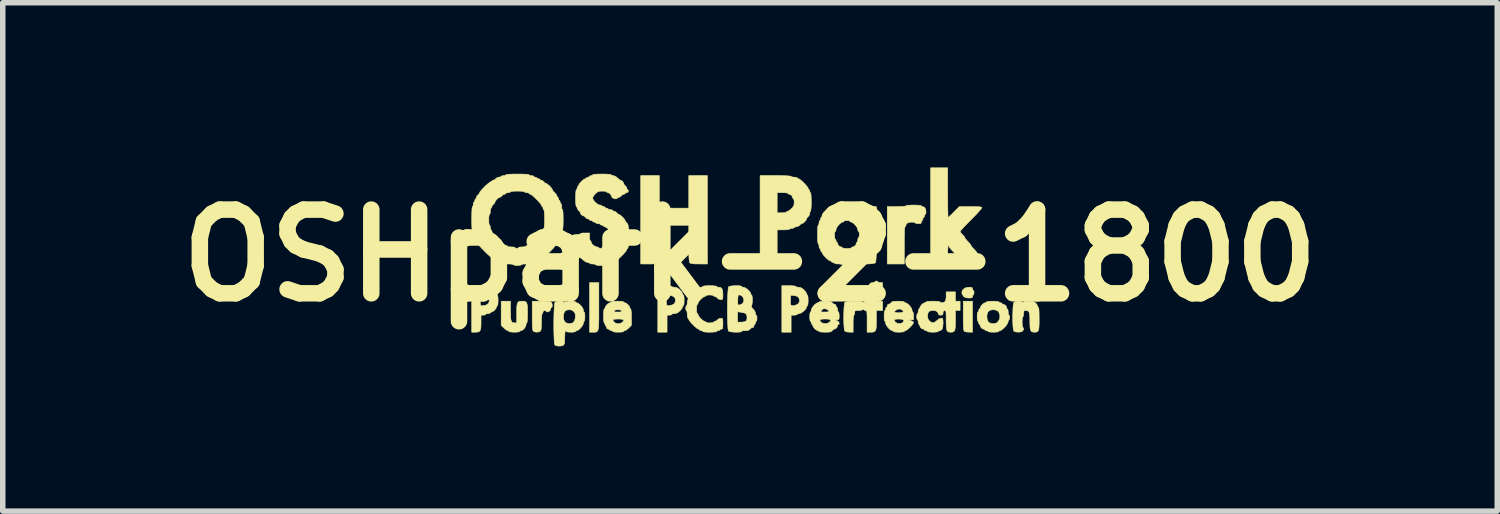
<source format=kicad_pcb>
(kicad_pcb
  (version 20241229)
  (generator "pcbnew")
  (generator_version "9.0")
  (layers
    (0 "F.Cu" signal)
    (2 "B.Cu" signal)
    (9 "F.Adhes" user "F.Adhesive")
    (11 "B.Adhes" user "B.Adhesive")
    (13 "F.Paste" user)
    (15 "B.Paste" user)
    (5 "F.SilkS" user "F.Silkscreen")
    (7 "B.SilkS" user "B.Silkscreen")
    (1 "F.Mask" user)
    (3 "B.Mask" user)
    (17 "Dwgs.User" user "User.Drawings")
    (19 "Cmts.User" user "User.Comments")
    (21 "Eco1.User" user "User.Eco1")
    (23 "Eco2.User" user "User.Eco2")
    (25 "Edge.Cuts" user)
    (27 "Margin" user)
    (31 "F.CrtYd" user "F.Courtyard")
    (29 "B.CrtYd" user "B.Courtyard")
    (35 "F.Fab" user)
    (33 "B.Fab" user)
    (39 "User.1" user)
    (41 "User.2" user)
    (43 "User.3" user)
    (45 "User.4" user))
  (footprint "OSHpark-2-1800"
    (layer "F.Cu")
    (at 10.603 1.6)
    (property "Reference" "OSHpark-2-1800" (at 0 0 0) (layer "F.SilkS") (effects (font (size 1.524 1.524) (thickness 0.3))))
    (attr through_hole)
    (fp_poly (pts (xy 4.05 1.397) (xy 3.983 1.396) (xy 3.935 1.392) (xy 3.903 1.38) (xy 3.898 1.376) (xy 3.891 1.359) (xy 3.886 1.323) (xy 3.883 1.266) (xy 3.881 1.185) (xy 3.881 1.094) (xy 3.881 0.833) (xy 4.05 0.833) (xy 4.05 1.397)) (stroke (width 0.01) (type solid)) (fill yes) (layer "F.SilkS"))
    (fp_poly (pts (xy -2.752 0.925) (xy -2.752 1.053) (xy -2.752 1.155) (xy -2.754 1.235) (xy -2.757 1.295) (xy -2.762 1.338) (xy -2.771 1.367) (xy -2.783 1.384) (xy -2.799 1.393) (xy -2.82 1.397) (xy -2.847 1.397) (xy -2.856 1.397) (xy -2.921 1.397) (xy -2.921 0.494) (xy -2.752 0.494) (xy -2.752 0.925)) (stroke (width 0.01) (type solid)) (fill yes) (layer "F.SilkS"))
    (fp_poly (pts (xy 4.026 0.58) (xy 4.045 0.588) (xy 4.05 0.604) (xy 4.05 0.607) (xy 4.056 0.63) (xy 4.064 0.635) (xy 4.074 0.647) (xy 4.078 0.677) (xy 4.078 0.677) (xy 4.074 0.707) (xy 4.064 0.72) (xy 4.064 0.72) (xy 4.053 0.731) (xy 4.05 0.748) (xy 4.046 0.765) (xy 4.03 0.773) (xy 3.994 0.775) (xy 3.983 0.775) (xy 3.933 0.77) (xy 3.9 0.755) (xy 3.884 0.74) (xy 3.858 0.697) (xy 3.858 0.655) (xy 3.879 0.618) (xy 3.919 0.591) (xy 3.976 0.579) (xy 3.986 0.579) (xy 4.026 0.58)) (stroke (width 0.01) (type solid)) (fill yes) (layer "F.SilkS"))
    (fp_poly (pts (xy -1.651 -0.861) (xy -1.115 -0.861) (xy -1.115 -1.453) (xy -0.776 -1.453) (xy -0.776 0.155) (xy -0.925 0.155) (xy -1 0.154) (xy -1.051 0.15) (xy -1.082 0.143) (xy -1.095 0.135) (xy -1.101 0.124) (xy -1.106 0.102) (xy -1.11 0.066) (xy -1.113 0.014) (xy -1.114 -0.058) (xy -1.115 -0.153) (xy -1.115 -0.218) (xy -1.115 -0.55) (xy -1.651 -0.55) (xy -1.651 -0.218) (xy -1.651 -0.108) (xy -1.652 -0.023) (xy -1.654 0.039) (xy -1.657 0.084) (xy -1.662 0.113) (xy -1.667 0.13) (xy -1.671 0.135) (xy -1.69 0.145) (xy -1.725 0.151) (xy -1.781 0.155) (xy -1.84 0.155) (xy -1.99 0.155) (xy -1.99 -1.453) (xy -1.651 -1.453) (xy -1.651 -0.861)) (stroke (width 0.01) (type solid)) (fill yes) (layer "F.SilkS"))
    (fp_poly (pts (xy -3.724 0.834) (xy -3.671 0.837) (xy -3.637 0.843) (xy -3.619 0.852) (xy -3.618 0.853) (xy -3.605 0.877) (xy -3.599 0.908) (xy -3.601 0.934) (xy -3.612 0.945) (xy -3.625 0.957) (xy -3.627 0.968) (xy -3.636 0.996) (xy -3.647 1.01) (xy -3.672 1.026) (xy -3.697 1.029) (xy -3.711 1.02) (xy -3.711 1.016) (xy -3.723 1.005) (xy -3.739 1.002) (xy -3.763 1.012) (xy -3.768 1.03) (xy -3.774 1.053) (xy -3.782 1.058) (xy -3.788 1.072) (xy -3.793 1.11) (xy -3.795 1.168) (xy -3.796 1.208) (xy -3.797 1.282) (xy -3.801 1.333) (xy -3.808 1.364) (xy -3.816 1.377) (xy -3.847 1.392) (xy -3.889 1.396) (xy -3.928 1.388) (xy -3.948 1.376) (xy -3.954 1.359) (xy -3.96 1.323) (xy -3.963 1.266) (xy -3.965 1.185) (xy -3.965 1.094) (xy -3.965 0.833) (xy -3.802 0.833) (xy -3.724 0.834)) (stroke (width 0.01) (type solid)) (fill yes) (layer "F.SilkS"))
    (fp_poly (pts (xy -4.36 1.01) (xy -4.359 1.093) (xy -4.356 1.152) (xy -4.347 1.191) (xy -4.334 1.214) (xy -4.313 1.225) (xy -4.284 1.228) (xy -4.247 1.228) (xy -4.247 1.05) (xy -4.247 0.967) (xy -4.243 0.909) (xy -4.234 0.87) (xy -4.219 0.847) (xy -4.196 0.836) (xy -4.162 0.833) (xy -4.149 0.833) (xy -4.111 0.834) (xy -4.084 0.843) (xy -4.067 0.861) (xy -4.057 0.894) (xy -4.051 0.946) (xy -4.05 1.021) (xy -4.05 1.05) (xy -4.051 1.127) (xy -4.054 1.184) (xy -4.059 1.218) (xy -4.064 1.228) (xy -4.075 1.24) (xy -4.078 1.264) (xy -4.088 1.298) (xy -4.113 1.334) (xy -4.144 1.36) (xy -4.169 1.369) (xy -4.188 1.376) (xy -4.191 1.383) (xy -4.204 1.39) (xy -4.239 1.395) (xy -4.29 1.397) (xy -4.29 1.397) (xy -4.34 1.395) (xy -4.375 1.39) (xy -4.389 1.383) (xy -4.389 1.383) (xy -4.4 1.37) (xy -4.41 1.369) (xy -4.432 1.359) (xy -4.464 1.336) (xy -4.481 1.32) (xy -4.53 1.271) (xy -4.53 0.833) (xy -4.36 0.833) (xy -4.36 1.01)) (stroke (width 0.01) (type solid)) (fill yes) (layer "F.SilkS"))
    (fp_poly (pts (xy 3.043 -0.916) (xy 3.09 -0.912) (xy 3.116 -0.906) (xy 3.119 -0.903) (xy 3.13 -0.891) (xy 3.141 -0.889) (xy 3.169 -0.88) (xy 3.183 -0.869) (xy 3.195 -0.845) (xy 3.202 -0.811) (xy 3.203 -0.777) (xy 3.197 -0.753) (xy 3.189 -0.748) (xy 3.178 -0.736) (xy 3.175 -0.72) (xy 3.169 -0.697) (xy 3.161 -0.691) (xy 3.149 -0.68) (xy 3.147 -0.663) (xy 3.141 -0.64) (xy 3.133 -0.635) (xy 3.121 -0.623) (xy 3.119 -0.607) (xy 3.114 -0.588) (xy 3.095 -0.58) (xy 3.062 -0.579) (xy 3.027 -0.582) (xy 3.007 -0.59) (xy 3.006 -0.593) (xy 2.993 -0.601) (xy 2.961 -0.606) (xy 2.941 -0.607) (xy 2.884 -0.599) (xy 2.848 -0.578) (xy 2.836 -0.544) (xy 2.829 -0.525) (xy 2.822 -0.522) (xy 2.817 -0.508) (xy 2.813 -0.467) (xy 2.811 -0.401) (xy 2.809 -0.31) (xy 2.808 -0.196) (xy 2.808 -0.183) (xy 2.808 0.155) (xy 2.498 0.155) (xy 2.498 -0.889) (xy 2.667 -0.889) (xy 2.741 -0.89) (xy 2.796 -0.893) (xy 2.829 -0.898) (xy 2.836 -0.903) (xy 2.85 -0.91) (xy 2.887 -0.914) (xy 2.945 -0.917) (xy 2.977 -0.917) (xy 3.043 -0.916)) (stroke (width 0.01) (type solid)) (fill yes) (layer "F.SilkS"))
    (fp_poly (pts (xy 0.766 0.552) (xy 0.81 0.556) (xy 0.831 0.562) (xy 0.833 0.564) (xy 0.845 0.574) (xy 0.876 0.578) (xy 0.882 0.579) (xy 0.923 0.585) (xy 0.96 0.608) (xy 0.981 0.627) (xy 1.01 0.66) (xy 1.028 0.689) (xy 1.03 0.698) (xy 1.038 0.717) (xy 1.044 0.72) (xy 1.051 0.733) (xy 1.056 0.768) (xy 1.058 0.818) (xy 1.058 0.818) (xy 1.056 0.869) (xy 1.051 0.904) (xy 1.044 0.917) (xy 1.044 0.917) (xy 1.032 0.929) (xy 1.03 0.939) (xy 1.019 0.967) (xy 0.991 1) (xy 0.955 1.031) (xy 0.918 1.053) (xy 0.897 1.058) (xy 0.87 1.063) (xy 0.861 1.072) (xy 0.848 1.081) (xy 0.817 1.086) (xy 0.804 1.087) (xy 0.748 1.087) (xy 0.748 1.397) (xy 0.579 1.397) (xy 0.579 0.861) (xy 0.735 0.861) (xy 0.74 0.896) (xy 0.754 0.912) (xy 0.781 0.915) (xy 0.799 0.913) (xy 0.841 0.9) (xy 0.875 0.882) (xy 0.877 0.88) (xy 0.899 0.843) (xy 0.9 0.799) (xy 0.88 0.76) (xy 0.875 0.755) (xy 0.842 0.738) (xy 0.799 0.729) (xy 0.794 0.728) (xy 0.741 0.727) (xy 0.737 0.803) (xy 0.735 0.861) (xy 0.579 0.861) (xy 0.579 0.55) (xy 0.706 0.55) (xy 0.766 0.552)) (stroke (width 0.01) (type solid)) (fill yes) (layer "F.SilkS"))
    (fp_poly (pts (xy -1.491 0.552) (xy -1.448 0.556) (xy -1.427 0.562) (xy -1.425 0.564) (xy -1.413 0.574) (xy -1.382 0.578) (xy -1.375 0.579) (xy -1.335 0.585) (xy -1.297 0.608) (xy -1.277 0.627) (xy -1.248 0.66) (xy -1.23 0.689) (xy -1.228 0.698) (xy -1.22 0.717) (xy -1.214 0.72) (xy -1.206 0.733) (xy -1.201 0.768) (xy -1.199 0.818) (xy -1.199 0.818) (xy -1.201 0.869) (xy -1.206 0.904) (xy -1.214 0.917) (xy -1.214 0.917) (xy -1.226 0.929) (xy -1.228 0.939) (xy -1.237 0.961) (xy -1.261 0.993) (xy -1.277 1.009) (xy -1.317 1.043) (xy -1.354 1.057) (xy -1.375 1.058) (xy -1.408 1.062) (xy -1.425 1.07) (xy -1.425 1.072) (xy -1.437 1.082) (xy -1.467 1.087) (xy -1.468 1.087) (xy -1.51 1.087) (xy -1.51 1.397) (xy -1.679 1.397) (xy -1.679 0.807) (xy -1.524 0.807) (xy -1.522 0.856) (xy -1.518 0.893) (xy -1.513 0.909) (xy -1.491 0.915) (xy -1.454 0.911) (xy -1.414 0.899) (xy -1.383 0.882) (xy -1.381 0.88) (xy -1.359 0.843) (xy -1.358 0.799) (xy -1.377 0.76) (xy -1.382 0.756) (xy -1.413 0.738) (xy -1.457 0.725) (xy -1.466 0.724) (xy -1.524 0.716) (xy -1.524 0.807) (xy -1.679 0.807) (xy -1.679 0.55) (xy -1.552 0.55) (xy -1.491 0.552)) (stroke (width 0.01) (type solid)) (fill yes) (layer "F.SilkS"))
    (fp_poly (pts (xy -4.878 0.552) (xy -4.835 0.556) (xy -4.813 0.562) (xy -4.812 0.564) (xy -4.799 0.574) (xy -4.769 0.578) (xy -4.762 0.579) (xy -4.722 0.585) (xy -4.684 0.608) (xy -4.663 0.627) (xy -4.635 0.66) (xy -4.617 0.689) (xy -4.614 0.698) (xy -4.607 0.717) (xy -4.6 0.72) (xy -4.593 0.733) (xy -4.588 0.768) (xy -4.586 0.818) (xy -4.586 0.818) (xy -4.588 0.869) (xy -4.593 0.904) (xy -4.6 0.917) (xy -4.6 0.917) (xy -4.613 0.929) (xy -4.614 0.939) (xy -4.625 0.966) (xy -4.651 0.997) (xy -4.681 1.021) (xy -4.705 1.03) (xy -4.725 1.038) (xy -4.727 1.044) (xy -4.739 1.054) (xy -4.769 1.058) (xy -4.77 1.058) (xy -4.799 1.062) (xy -4.812 1.072) (xy -4.812 1.072) (xy -4.824 1.082) (xy -4.854 1.087) (xy -4.854 1.087) (xy -4.897 1.087) (xy -4.897 1.222) (xy -4.898 1.295) (xy -4.904 1.344) (xy -4.918 1.375) (xy -4.941 1.391) (xy -4.977 1.396) (xy -5.001 1.397) (xy -5.066 1.397) (xy -5.066 0.818) (xy -4.911 0.818) (xy -4.91 0.87) (xy -4.907 0.9) (xy -4.899 0.913) (xy -4.885 0.917) (xy -4.876 0.917) (xy -4.835 0.912) (xy -4.807 0.904) (xy -4.766 0.878) (xy -4.748 0.842) (xy -4.749 0.804) (xy -4.769 0.767) (xy -4.804 0.737) (xy -4.853 0.721) (xy -4.876 0.72) (xy -4.894 0.721) (xy -4.905 0.73) (xy -4.909 0.752) (xy -4.911 0.794) (xy -4.911 0.818) (xy -5.066 0.818) (xy -5.066 0.55) (xy -4.939 0.55) (xy -4.878 0.552)) (stroke (width 0.01) (type solid)) (fill yes) (layer "F.SilkS"))
    (fp_poly (pts (xy 5.128 0.834) (xy 5.162 0.841) (xy 5.187 0.855) (xy 5.201 0.867) (xy 5.224 0.897) (xy 5.235 0.922) (xy 5.235 0.924) (xy 5.243 0.943) (xy 5.249 0.945) (xy 5.255 0.959) (xy 5.26 0.998) (xy 5.262 1.061) (xy 5.263 1.144) (xy 5.263 1.151) (xy 5.263 1.24) (xy 5.26 1.304) (xy 5.254 1.349) (xy 5.242 1.376) (xy 5.225 1.391) (xy 5.2 1.396) (xy 5.179 1.397) (xy 5.145 1.394) (xy 5.122 1.383) (xy 5.107 1.36) (xy 5.098 1.319) (xy 5.095 1.258) (xy 5.094 1.199) (xy 5.093 1.12) (xy 5.088 1.065) (xy 5.078 1.03) (xy 5.061 1.011) (xy 5.036 1.003) (xy 5.018 1.002) (xy 4.994 1.005) (xy 4.984 1.019) (xy 4.981 1.052) (xy 4.981 1.058) (xy 4.978 1.094) (xy 4.97 1.113) (xy 4.967 1.115) (xy 4.96 1.128) (xy 4.955 1.163) (xy 4.953 1.213) (xy 4.953 1.214) (xy 4.955 1.264) (xy 4.96 1.299) (xy 4.967 1.312) (xy 4.967 1.312) (xy 4.98 1.323) (xy 4.979 1.346) (xy 4.965 1.372) (xy 4.961 1.377) (xy 4.932 1.391) (xy 4.889 1.396) (xy 4.844 1.393) (xy 4.81 1.382) (xy 4.801 1.376) (xy 4.794 1.353) (xy 4.788 1.309) (xy 4.784 1.248) (xy 4.782 1.176) (xy 4.782 1.1) (xy 4.784 1.025) (xy 4.787 0.956) (xy 4.792 0.901) (xy 4.799 0.864) (xy 4.804 0.853) (xy 4.83 0.84) (xy 4.869 0.834) (xy 4.91 0.833) (xy 4.944 0.84) (xy 4.959 0.85) (xy 4.968 0.861) (xy 4.975 0.85) (xy 4.995 0.839) (xy 5.041 0.833) (xy 5.075 0.833) (xy 5.128 0.834)) (stroke (width 0.01) (type solid)) (fill yes) (layer "F.SilkS"))
    (fp_poly (pts (xy 3.598 -1.143) (xy 3.599 -1.033) (xy 3.599 -0.933) (xy 3.6 -0.846) (xy 3.602 -0.775) (xy 3.603 -0.724) (xy 3.605 -0.696) (xy 3.606 -0.691) (xy 3.619 -0.701) (xy 3.646 -0.726) (xy 3.684 -0.763) (xy 3.711 -0.79) (xy 3.809 -0.889) (xy 4.014 -0.889) (xy 4.095 -0.889) (xy 4.152 -0.887) (xy 4.189 -0.884) (xy 4.21 -0.879) (xy 4.218 -0.872) (xy 4.219 -0.867) (xy 4.21 -0.851) (xy 4.183 -0.819) (xy 4.142 -0.773) (xy 4.09 -0.719) (xy 4.03 -0.658) (xy 4.022 -0.649) (xy 3.961 -0.588) (xy 3.908 -0.533) (xy 3.865 -0.487) (xy 3.837 -0.454) (xy 3.824 -0.437) (xy 3.824 -0.436) (xy 3.834 -0.417) (xy 3.857 -0.39) (xy 3.866 -0.381) (xy 3.893 -0.352) (xy 3.908 -0.329) (xy 3.909 -0.325) (xy 3.918 -0.307) (xy 3.943 -0.277) (xy 3.965 -0.254) (xy 3.996 -0.221) (xy 4.017 -0.194) (xy 4.022 -0.183) (xy 4.031 -0.165) (xy 4.056 -0.136) (xy 4.078 -0.113) (xy 4.109 -0.08) (xy 4.13 -0.053) (xy 4.135 -0.042) (xy 4.144 -0.024) (xy 4.168 0.005) (xy 4.191 0.028) (xy 4.232 0.076) (xy 4.247 0.116) (xy 4.247 0.119) (xy 4.247 0.155) (xy 4.05 0.155) (xy 3.971 0.155) (xy 3.916 0.153) (xy 3.88 0.15) (xy 3.861 0.145) (xy 3.853 0.138) (xy 3.852 0.133) (xy 3.843 0.111) (xy 3.818 0.08) (xy 3.796 0.056) (xy 3.765 0.024) (xy 3.744 -0.003) (xy 3.739 -0.014) (xy 3.73 -0.032) (xy 3.706 -0.062) (xy 3.683 -0.085) (xy 3.652 -0.119) (xy 3.631 -0.148) (xy 3.627 -0.161) (xy 3.619 -0.181) (xy 3.612 -0.183) (xy 3.606 -0.17) (xy 3.602 -0.131) (xy 3.599 -0.071) (xy 3.598 -0.014) (xy 3.598 0.155) (xy 3.288 0.155) (xy 3.288 -1.595) (xy 3.598 -1.595) (xy 3.598 -1.143)) (stroke (width 0.01) (type solid)) (fill yes) (layer "F.SilkS"))
    (fp_poly (pts (xy -3.238 0.833) (xy -3.2 0.836) (xy -3.178 0.843) (xy -3.175 0.847) (xy -3.164 0.859) (xy -3.153 0.861) (xy -3.126 0.872) (xy -3.092 0.9) (xy -3.061 0.936) (xy -3.039 0.972) (xy -3.034 0.994) (xy -3.029 1.021) (xy -3.02 1.03) (xy -3.012 1.043) (xy -3.007 1.077) (xy -3.006 1.115) (xy -3.008 1.16) (xy -3.013 1.19) (xy -3.02 1.199) (xy -3.03 1.212) (xy -3.034 1.235) (xy -3.044 1.266) (xy -3.069 1.303) (xy -3.101 1.338) (xy -3.134 1.363) (xy -3.153 1.369) (xy -3.172 1.376) (xy -3.175 1.383) (xy -3.188 1.39) (xy -3.221 1.396) (xy -3.26 1.397) (xy -3.305 1.395) (xy -3.335 1.389) (xy -3.344 1.383) (xy -3.355 1.369) (xy -3.358 1.369) (xy -3.365 1.382) (xy -3.37 1.419) (xy -3.372 1.473) (xy -3.373 1.49) (xy -3.374 1.559) (xy -3.38 1.604) (xy -3.391 1.629) (xy -3.393 1.631) (xy -3.422 1.645) (xy -3.465 1.65) (xy -3.509 1.647) (xy -3.544 1.636) (xy -3.552 1.63) (xy -3.559 1.609) (xy -3.564 1.565) (xy -3.567 1.501) (xy -3.57 1.424) (xy -3.572 1.337) (xy -3.572 1.246) (xy -3.571 1.154) (xy -3.57 1.098) (xy -3.397 1.098) (xy -3.394 1.163) (xy -3.37 1.21) (xy -3.329 1.236) (xy -3.289 1.242) (xy -3.236 1.232) (xy -3.211 1.214) (xy -3.193 1.183) (xy -3.181 1.138) (xy -3.179 1.126) (xy -3.182 1.064) (xy -3.207 1.019) (xy -3.25 0.993) (xy -3.29 0.988) (xy -3.341 0.995) (xy -3.374 1.02) (xy -3.393 1.065) (xy -3.397 1.098) (xy -3.57 1.098) (xy -3.569 1.066) (xy -3.566 0.988) (xy -3.562 0.923) (xy -3.557 0.877) (xy -3.551 0.854) (xy -3.55 0.853) (xy -3.524 0.84) (xy -3.485 0.834) (xy -3.443 0.833) (xy -3.41 0.84) (xy -3.395 0.85) (xy -3.386 0.861) (xy -3.378 0.85) (xy -3.362 0.841) (xy -3.327 0.836) (xy -3.283 0.833) (xy -3.238 0.833)) (stroke (width 0.01) (type solid)) (fill yes) (layer "F.SilkS"))
    (fp_poly (pts (xy 0.569 -1.453) (xy 0.651 -1.451) (xy 0.709 -1.447) (xy 0.741 -1.443) (xy 0.748 -1.439) (xy 0.76 -1.43) (xy 0.792 -1.426) (xy 0.804 -1.425) (xy 0.84 -1.422) (xy 0.859 -1.414) (xy 0.861 -1.411) (xy 0.872 -1.399) (xy 0.882 -1.397) (xy 0.903 -1.387) (xy 0.936 -1.361) (xy 0.974 -1.326) (xy 1.011 -1.288) (xy 1.04 -1.253) (xy 1.057 -1.227) (xy 1.058 -1.221) (xy 1.066 -1.202) (xy 1.072 -1.199) (xy 1.084 -1.188) (xy 1.087 -1.171) (xy 1.092 -1.148) (xy 1.101 -1.143) (xy 1.107 -1.129) (xy 1.111 -1.091) (xy 1.114 -1.031) (xy 1.115 -0.974) (xy 1.114 -0.899) (xy 1.11 -0.844) (xy 1.105 -0.812) (xy 1.101 -0.804) (xy 1.09 -0.792) (xy 1.087 -0.765) (xy 1.076 -0.726) (xy 1.058 -0.706) (xy 1.036 -0.683) (xy 1.03 -0.667) (xy 1.02 -0.643) (xy 0.995 -0.613) (xy 0.966 -0.589) (xy 0.942 -0.579) (xy 0.92 -0.568) (xy 0.903 -0.55) (xy 0.872 -0.528) (xy 0.844 -0.522) (xy 0.815 -0.518) (xy 0.804 -0.508) (xy 0.792 -0.498) (xy 0.763 -0.494) (xy 0.762 -0.494) (xy 0.732 -0.49) (xy 0.72 -0.48) (xy 0.72 -0.48) (xy 0.706 -0.473) (xy 0.67 -0.468) (xy 0.617 -0.466) (xy 0.607 -0.466) (xy 0.494 -0.466) (xy 0.494 0.155) (xy 0.183 0.155) (xy 0.183 -1.143) (xy 0.494 -1.143) (xy 0.494 -0.776) (xy 0.579 -0.776) (xy 0.624 -0.778) (xy 0.654 -0.784) (xy 0.663 -0.79) (xy 0.675 -0.803) (xy 0.685 -0.804) (xy 0.707 -0.814) (xy 0.739 -0.838) (xy 0.755 -0.853) (xy 0.787 -0.889) (xy 0.801 -0.923) (xy 0.804 -0.966) (xy 0.802 -1.004) (xy 0.795 -1.027) (xy 0.79 -1.03) (xy 0.778 -1.042) (xy 0.776 -1.052) (xy 0.764 -1.084) (xy 0.736 -1.109) (xy 0.714 -1.115) (xy 0.694 -1.122) (xy 0.691 -1.129) (xy 0.678 -1.136) (xy 0.643 -1.141) (xy 0.593 -1.143) (xy 0.494 -1.143) (xy 0.183 -1.143) (xy 0.183 -1.453) (xy 0.466 -1.453) (xy 0.569 -1.453)) (stroke (width 0.01) (type solid)) (fill yes) (layer "F.SilkS"))
    (fp_poly (pts (xy 2.323 0.472) (xy 2.328 0.48) (xy 2.341 0.49) (xy 2.37 0.494) (xy 2.371 0.494) (xy 2.413 0.494) (xy 2.413 0.663) (xy 2.3 0.663) (xy 2.3 0.833) (xy 2.413 0.833) (xy 2.413 1.002) (xy 2.3 1.002) (xy 2.3 1.179) (xy 2.299 1.262) (xy 2.296 1.321) (xy 2.287 1.359) (xy 2.272 1.382) (xy 2.248 1.393) (xy 2.213 1.397) (xy 2.195 1.397) (xy 2.131 1.397) (xy 2.131 1.199) (xy 2.131 1.121) (xy 2.129 1.067) (xy 2.127 1.032) (xy 2.122 1.013) (xy 2.115 1.004) (xy 2.105 1.002) (xy 2.104 1.002) (xy 2.077 0.994) (xy 2.068 0.984) (xy 2.059 0.974) (xy 2.052 0.984) (xy 2.033 0.996) (xy 1.993 1.001) (xy 1.974 1.002) (xy 1.933 1.003) (xy 1.913 1.009) (xy 1.906 1.024) (xy 1.905 1.044) (xy 1.901 1.074) (xy 1.891 1.087) (xy 1.891 1.087) (xy 1.885 1.1) (xy 1.88 1.138) (xy 1.877 1.197) (xy 1.877 1.242) (xy 1.877 1.397) (xy 1.81 1.396) (xy 1.762 1.392) (xy 1.73 1.38) (xy 1.725 1.376) (xy 1.718 1.353) (xy 1.712 1.309) (xy 1.708 1.248) (xy 1.706 1.176) (xy 1.706 1.1) (xy 1.708 1.025) (xy 1.711 0.956) (xy 1.716 0.901) (xy 1.722 0.868) (xy 2.103 0.868) (xy 2.11 0.875) (xy 2.117 0.868) (xy 2.11 0.861) (xy 2.103 0.868) (xy 1.722 0.868) (xy 1.722 0.864) (xy 1.728 0.853) (xy 1.75 0.843) (xy 1.792 0.837) (xy 1.847 0.833) (xy 1.906 0.831) (xy 1.964 0.833) (xy 2.012 0.837) (xy 2.044 0.844) (xy 2.052 0.85) (xy 2.061 0.861) (xy 2.068 0.85) (xy 2.088 0.835) (xy 2.104 0.833) (xy 2.117 0.83) (xy 2.125 0.819) (xy 2.129 0.795) (xy 2.131 0.751) (xy 2.131 0.706) (xy 2.132 0.645) (xy 2.136 0.601) (xy 2.143 0.58) (xy 2.145 0.579) (xy 2.157 0.567) (xy 2.159 0.556) (xy 2.172 0.523) (xy 2.203 0.5) (xy 2.236 0.494) (xy 2.263 0.489) (xy 2.272 0.48) (xy 2.284 0.468) (xy 2.3 0.466) (xy 2.323 0.472)) (stroke (width 0.01) (type solid)) (fill yes) (layer "F.SilkS"))
    (fp_poly (pts (xy -2.357 0.834) (xy -2.318 0.839) (xy -2.3 0.845) (xy -2.3 0.847) (xy -2.289 0.859) (xy -2.278 0.861) (xy -2.251 0.872) (xy -2.221 0.897) (xy -2.196 0.928) (xy -2.187 0.952) (xy -2.18 0.971) (xy -2.173 0.974) (xy -2.167 0.987) (xy -2.162 1.025) (xy -2.159 1.083) (xy -2.159 1.122) (xy -2.159 1.271) (xy -2.208 1.32) (xy -2.241 1.349) (xy -2.269 1.366) (xy -2.278 1.369) (xy -2.298 1.376) (xy -2.3 1.383) (xy -2.313 1.39) (xy -2.348 1.395) (xy -2.399 1.397) (xy -2.399 1.397) (xy -2.45 1.395) (xy -2.485 1.39) (xy -2.498 1.383) (xy -2.498 1.383) (xy -2.509 1.371) (xy -2.526 1.369) (xy -2.549 1.363) (xy -2.554 1.355) (xy -2.566 1.343) (xy -2.582 1.341) (xy -2.606 1.331) (xy -2.611 1.312) (xy -2.616 1.289) (xy -2.625 1.284) (xy -2.636 1.272) (xy -2.639 1.256) (xy -2.645 1.233) (xy -2.653 1.228) (xy -2.66 1.214) (xy -2.664 1.177) (xy -2.665 1.168) (xy -2.498 1.168) (xy -2.49 1.187) (xy -2.476 1.21) (xy -2.444 1.234) (xy -2.4 1.242) (xy -2.354 1.235) (xy -2.326 1.218) (xy -2.302 1.191) (xy -2.301 1.173) (xy -2.325 1.162) (xy -2.376 1.157) (xy -2.399 1.157) (xy -2.448 1.159) (xy -2.483 1.162) (xy -2.498 1.168) (xy -2.498 1.168) (xy -2.665 1.168) (xy -2.667 1.122) (xy -2.667 1.101) (xy -2.666 1.04) (xy -2.663 1.009) (xy -2.475 1.009) (xy -2.474 1.021) (xy -2.458 1.028) (xy -2.42 1.03) (xy -2.406 1.03) (xy -2.362 1.029) (xy -2.34 1.023) (xy -2.336 1.013) (xy -2.337 1.009) (xy -2.358 0.993) (xy -2.403 0.988) (xy -2.406 0.988) (xy -2.453 0.993) (xy -2.474 1.008) (xy -2.475 1.009) (xy -2.663 1.009) (xy -2.661 0.996) (xy -2.655 0.975) (xy -2.653 0.974) (xy -2.64 0.962) (xy -2.639 0.952) (xy -2.628 0.925) (xy -2.602 0.894) (xy -2.572 0.87) (xy -2.548 0.861) (xy -2.529 0.853) (xy -2.526 0.847) (xy -2.513 0.84) (xy -2.477 0.835) (xy -2.423 0.833) (xy -2.413 0.833) (xy -2.357 0.834)) (stroke (width 0.01) (type solid)) (fill yes) (layer "F.SilkS"))
    (fp_poly (pts (xy 4.473 0.834) (xy 4.512 0.839) (xy 4.529 0.845) (xy 4.53 0.847) (xy 4.541 0.858) (xy 4.558 0.861) (xy 4.581 0.867) (xy 4.586 0.875) (xy 4.598 0.887) (xy 4.608 0.889) (xy 4.64 0.901) (xy 4.665 0.929) (xy 4.671 0.951) (xy 4.678 0.971) (xy 4.685 0.974) (xy 4.694 0.986) (xy 4.699 1.017) (xy 4.699 1.03) (xy 4.702 1.065) (xy 4.71 1.085) (xy 4.713 1.087) (xy 4.723 1.099) (xy 4.727 1.128) (xy 4.727 1.129) (xy 4.723 1.159) (xy 4.713 1.171) (xy 4.713 1.171) (xy 4.703 1.183) (xy 4.699 1.207) (xy 4.689 1.235) (xy 4.664 1.273) (xy 4.63 1.312) (xy 4.594 1.345) (xy 4.563 1.366) (xy 4.551 1.369) (xy 4.532 1.376) (xy 4.53 1.383) (xy 4.517 1.39) (xy 4.482 1.395) (xy 4.431 1.397) (xy 4.431 1.397) (xy 4.38 1.395) (xy 4.345 1.39) (xy 4.332 1.383) (xy 4.332 1.383) (xy 4.32 1.371) (xy 4.304 1.369) (xy 4.281 1.363) (xy 4.276 1.355) (xy 4.264 1.342) (xy 4.253 1.341) (xy 4.222 1.329) (xy 4.197 1.301) (xy 4.191 1.278) (xy 4.184 1.259) (xy 4.177 1.256) (xy 4.165 1.244) (xy 4.163 1.228) (xy 4.157 1.205) (xy 4.149 1.199) (xy 4.141 1.187) (xy 4.136 1.153) (xy 4.135 1.115) (xy 4.311 1.115) (xy 4.319 1.177) (xy 4.343 1.218) (xy 4.386 1.238) (xy 4.424 1.242) (xy 4.473 1.236) (xy 4.507 1.214) (xy 4.511 1.21) (xy 4.543 1.159) (xy 4.549 1.101) (xy 4.542 1.065) (xy 4.522 1.022) (xy 4.487 0.997) (xy 4.434 0.988) (xy 4.42 0.988) (xy 4.366 0.997) (xy 4.331 1.026) (xy 4.314 1.076) (xy 4.311 1.115) (xy 4.135 1.115) (xy 4.137 1.07) (xy 4.142 1.039) (xy 4.149 1.03) (xy 4.16 1.018) (xy 4.163 1.002) (xy 4.169 0.979) (xy 4.177 0.974) (xy 4.189 0.962) (xy 4.191 0.952) (xy 4.202 0.925) (xy 4.227 0.894) (xy 4.258 0.87) (xy 4.282 0.861) (xy 4.301 0.853) (xy 4.304 0.847) (xy 4.317 0.84) (xy 4.353 0.835) (xy 4.407 0.833) (xy 4.417 0.833) (xy 4.473 0.834)) (stroke (width 0.01) (type solid)) (fill yes) (layer "F.SilkS"))
    (fp_poly (pts (xy 2.753 0.834) (xy 2.791 0.839) (xy 2.808 0.846) (xy 2.808 0.847) (xy 2.82 0.859) (xy 2.83 0.861) (xy 2.857 0.872) (xy 2.891 0.9) (xy 2.922 0.936) (xy 2.944 0.972) (xy 2.949 0.994) (xy 2.954 1.021) (xy 2.963 1.03) (xy 2.971 1.043) (xy 2.976 1.075) (xy 2.977 1.101) (xy 2.977 1.171) (xy 2.925 1.172) (xy 2.893 1.174) (xy 2.887 1.178) (xy 2.907 1.184) (xy 2.939 1.191) (xy 2.967 1.204) (xy 2.977 1.221) (xy 2.967 1.243) (xy 2.942 1.276) (xy 2.908 1.311) (xy 2.873 1.343) (xy 2.843 1.364) (xy 2.83 1.369) (xy 2.811 1.376) (xy 2.808 1.383) (xy 2.795 1.39) (xy 2.76 1.395) (xy 2.709 1.397) (xy 2.709 1.397) (xy 2.659 1.395) (xy 2.624 1.39) (xy 2.611 1.383) (xy 2.611 1.383) (xy 2.599 1.37) (xy 2.589 1.369) (xy 2.561 1.358) (xy 2.528 1.33) (xy 2.497 1.293) (xy 2.475 1.257) (xy 2.469 1.235) (xy 2.465 1.208) (xy 2.455 1.199) (xy 2.448 1.187) (xy 2.627 1.187) (xy 2.647 1.215) (xy 2.648 1.216) (xy 2.683 1.236) (xy 2.729 1.24) (xy 2.771 1.227) (xy 2.781 1.219) (xy 2.801 1.192) (xy 2.795 1.173) (xy 2.761 1.161) (xy 2.708 1.157) (xy 2.656 1.16) (xy 2.629 1.169) (xy 2.627 1.187) (xy 2.448 1.187) (xy 2.448 1.186) (xy 2.443 1.151) (xy 2.441 1.101) (xy 2.441 1.101) (xy 2.443 1.05) (xy 2.446 1.031) (xy 2.632 1.031) (xy 2.651 1.04) (xy 2.687 1.044) (xy 2.729 1.043) (xy 2.766 1.038) (xy 2.787 1.029) (xy 2.788 1.028) (xy 2.787 1.009) (xy 2.766 0.989) (xy 2.735 0.976) (xy 2.717 0.974) (xy 2.686 0.98) (xy 2.656 0.996) (xy 2.635 1.016) (xy 2.632 1.031) (xy 2.446 1.031) (xy 2.448 1.015) (xy 2.455 1.002) (xy 2.455 1.002) (xy 2.467 0.99) (xy 2.469 0.974) (xy 2.475 0.951) (xy 2.484 0.945) (xy 2.495 0.934) (xy 2.498 0.917) (xy 2.508 0.893) (xy 2.523 0.889) (xy 2.55 0.878) (xy 2.568 0.861) (xy 2.583 0.846) (xy 2.605 0.838) (xy 2.642 0.834) (xy 2.698 0.833) (xy 2.753 0.834)) (stroke (width 0.01) (type solid)) (fill yes) (layer "F.SilkS"))
    (fp_poly (pts (xy -0.19 0.552) (xy -0.162 0.558) (xy -0.155 0.564) (xy -0.143 0.575) (xy -0.119 0.579) (xy -0.088 0.589) (xy -0.051 0.613) (xy -0.016 0.646) (xy 0.008 0.678) (xy 0.014 0.698) (xy 0.022 0.717) (xy 0.028 0.72) (xy 0.036 0.732) (xy 0.041 0.764) (xy 0.043 0.807) (xy 0.041 0.853) (xy 0.036 0.892) (xy 0.029 0.917) (xy 0.025 0.921) (xy 0.022 0.933) (xy 0.041 0.959) (xy 0.053 0.97) (xy 0.087 1.012) (xy 0.099 1.05) (xy 0.103 1.077) (xy 0.113 1.087) (xy 0.122 1.099) (xy 0.127 1.13) (xy 0.127 1.143) (xy 0.124 1.178) (xy 0.116 1.198) (xy 0.113 1.199) (xy 0.101 1.211) (xy 0.099 1.228) (xy 0.093 1.251) (xy 0.085 1.256) (xy 0.073 1.268) (xy 0.071 1.284) (xy 0.061 1.308) (xy 0.045 1.312) (xy 0.018 1.323) (xy 0 1.341) (xy -0.022 1.359) (xy -0.058 1.368) (xy -0.088 1.369) (xy -0.127 1.371) (xy -0.151 1.378) (xy -0.155 1.383) (xy -0.168 1.391) (xy -0.201 1.396) (xy -0.246 1.397) (xy -0.295 1.396) (xy -0.342 1.391) (xy -0.377 1.384) (xy -0.392 1.376) (xy -0.398 1.355) (xy -0.403 1.311) (xy -0.406 1.247) (xy -0.408 1.214) (xy -0.226 1.214) (xy -0.157 1.214) (xy -0.102 1.208) (xy -0.071 1.193) (xy -0.07 1.192) (xy -0.056 1.158) (xy -0.055 1.115) (xy -0.065 1.076) (xy -0.074 1.063) (xy -0.098 1.05) (xy -0.139 1.039) (xy -0.159 1.035) (xy -0.226 1.026) (xy -0.226 1.214) (xy -0.408 1.214) (xy -0.409 1.17) (xy -0.411 1.082) (xy -0.411 0.989) (xy -0.41 0.895) (xy -0.41 0.859) (xy -0.224 0.859) (xy -0.222 0.888) (xy -0.214 0.9) (xy -0.201 0.903) (xy -0.17 0.895) (xy -0.144 0.881) (xy -0.118 0.848) (xy -0.112 0.807) (xy -0.125 0.766) (xy -0.153 0.733) (xy -0.191 0.717) (xy -0.206 0.717) (xy -0.215 0.728) (xy -0.22 0.755) (xy -0.223 0.803) (xy -0.223 0.808) (xy -0.224 0.859) (xy -0.41 0.859) (xy -0.409 0.806) (xy -0.406 0.724) (xy -0.402 0.655) (xy -0.397 0.604) (xy -0.391 0.575) (xy -0.389 0.57) (xy -0.367 0.561) (xy -0.329 0.554) (xy -0.281 0.551) (xy -0.232 0.55) (xy -0.19 0.552)) (stroke (width 0.01) (type solid)) (fill yes) (layer "F.SilkS"))
    (fp_poly (pts (xy 1.423 0.834) (xy 1.46 0.838) (xy 1.482 0.846) (xy 1.496 0.861) (xy 1.521 0.883) (xy 1.541 0.889) (xy 1.562 0.9) (xy 1.566 0.917) (xy 1.572 0.94) (xy 1.58 0.945) (xy 1.59 0.958) (xy 1.595 0.987) (xy 1.595 0.988) (xy 1.599 1.018) (xy 1.608 1.03) (xy 1.609 1.03) (xy 1.617 1.043) (xy 1.622 1.075) (xy 1.623 1.101) (xy 1.622 1.143) (xy 1.616 1.164) (xy 1.601 1.171) (xy 1.584 1.172) (xy 1.545 1.173) (xy 1.584 1.188) (xy 1.608 1.204) (xy 1.622 1.227) (xy 1.624 1.247) (xy 1.609 1.256) (xy 1.609 1.256) (xy 1.596 1.267) (xy 1.595 1.278) (xy 1.583 1.309) (xy 1.558 1.333) (xy 1.535 1.341) (xy 1.513 1.351) (xy 1.496 1.369) (xy 1.481 1.383) (xy 1.459 1.392) (xy 1.422 1.396) (xy 1.366 1.397) (xy 1.311 1.395) (xy 1.273 1.391) (xy 1.256 1.384) (xy 1.256 1.383) (xy 1.244 1.37) (xy 1.234 1.369) (xy 1.207 1.358) (xy 1.177 1.332) (xy 1.152 1.302) (xy 1.143 1.278) (xy 1.136 1.259) (xy 1.129 1.256) (xy 1.117 1.244) (xy 1.115 1.228) (xy 1.109 1.205) (xy 1.101 1.199) (xy 1.093 1.187) (xy 1.092 1.181) (xy 1.271 1.181) (xy 1.283 1.204) (xy 1.293 1.216) (xy 1.328 1.236) (xy 1.374 1.241) (xy 1.419 1.232) (xy 1.442 1.218) (xy 1.466 1.191) (xy 1.466 1.173) (xy 1.442 1.162) (xy 1.392 1.157) (xy 1.369 1.157) (xy 1.311 1.159) (xy 1.279 1.166) (xy 1.271 1.181) (xy 1.092 1.181) (xy 1.088 1.153) (xy 1.087 1.115) (xy 1.089 1.07) (xy 1.094 1.039) (xy 1.101 1.03) (xy 1.111 1.019) (xy 1.292 1.019) (xy 1.299 1.027) (xy 1.325 1.03) (xy 1.362 1.03) (xy 1.41 1.028) (xy 1.433 1.022) (xy 1.436 1.012) (xy 1.416 0.989) (xy 1.381 0.973) (xy 1.345 0.969) (xy 1.339 0.97) (xy 1.31 0.988) (xy 1.297 1.004) (xy 1.292 1.019) (xy 1.111 1.019) (xy 1.111 1.018) (xy 1.115 0.994) (xy 1.125 0.963) (xy 1.15 0.926) (xy 1.182 0.891) (xy 1.215 0.867) (xy 1.234 0.861) (xy 1.253 0.853) (xy 1.256 0.847) (xy 1.269 0.84) (xy 1.305 0.835) (xy 1.358 0.833) (xy 1.366 0.833) (xy 1.423 0.834)) (stroke (width 0.01) (type solid)) (fill yes) (layer "F.SilkS"))
    (fp_poly (pts (xy 3.739 0.833) (xy 3.824 0.833) (xy 3.824 1.002) (xy 3.739 1.002) (xy 3.739 1.179) (xy 3.739 1.262) (xy 3.735 1.321) (xy 3.727 1.36) (xy 3.712 1.383) (xy 3.69 1.394) (xy 3.659 1.397) (xy 3.655 1.397) (xy 3.622 1.395) (xy 3.6 1.385) (xy 3.584 1.364) (xy 3.576 1.327) (xy 3.571 1.271) (xy 3.57 1.191) (xy 3.57 1.179) (xy 3.57 1.106) (xy 3.569 1.056) (xy 3.566 1.025) (xy 3.56 1.009) (xy 3.552 1.003) (xy 3.542 1.002) (xy 3.521 1.009) (xy 3.514 1.033) (xy 3.514 1.044) (xy 3.51 1.074) (xy 3.494 1.085) (xy 3.471 1.087) (xy 3.438 1.081) (xy 3.429 1.064) (xy 3.423 1.049) (xy 3.462 1.049) (xy 3.464 1.057) (xy 3.471 1.058) (xy 3.483 1.053) (xy 3.481 1.049) (xy 3.464 1.047) (xy 3.462 1.049) (xy 3.423 1.049) (xy 3.416 1.031) (xy 3.381 1.009) (xy 3.33 1.002) (xy 3.277 1.009) (xy 3.246 1.032) (xy 3.233 1.076) (xy 3.231 1.1) (xy 3.238 1.151) (xy 3.263 1.19) (xy 3.266 1.193) (xy 3.307 1.222) (xy 3.348 1.223) (xy 3.39 1.196) (xy 3.401 1.185) (xy 3.441 1.154) (xy 3.477 1.143) (xy 3.497 1.144) (xy 3.508 1.153) (xy 3.512 1.175) (xy 3.514 1.217) (xy 3.514 1.236) (xy 3.509 1.303) (xy 3.495 1.345) (xy 3.471 1.366) (xy 3.451 1.369) (xy 3.432 1.376) (xy 3.429 1.383) (xy 3.416 1.39) (xy 3.381 1.395) (xy 3.33 1.397) (xy 3.33 1.397) (xy 3.28 1.395) (xy 3.245 1.39) (xy 3.231 1.383) (xy 3.231 1.383) (xy 3.22 1.371) (xy 3.203 1.369) (xy 3.18 1.363) (xy 3.175 1.355) (xy 3.164 1.342) (xy 3.153 1.341) (xy 3.121 1.329) (xy 3.097 1.301) (xy 3.09 1.278) (xy 3.083 1.259) (xy 3.076 1.256) (xy 3.066 1.244) (xy 3.062 1.214) (xy 3.062 1.214) (xy 3.058 1.184) (xy 3.048 1.171) (xy 3.048 1.171) (xy 3.039 1.159) (xy 3.034 1.127) (xy 3.034 1.115) (xy 3.037 1.079) (xy 3.045 1.06) (xy 3.048 1.058) (xy 3.058 1.046) (xy 3.062 1.017) (xy 3.062 1.016) (xy 3.066 0.986) (xy 3.076 0.974) (xy 3.076 0.974) (xy 3.089 0.962) (xy 3.09 0.952) (xy 3.101 0.925) (xy 3.127 0.894) (xy 3.157 0.87) (xy 3.181 0.861) (xy 3.201 0.853) (xy 3.203 0.847) (xy 3.217 0.84) (xy 3.253 0.835) (xy 3.309 0.833) (xy 3.33 0.833) (xy 3.391 0.834) (xy 3.434 0.838) (xy 3.456 0.844) (xy 3.457 0.847) (xy 3.469 0.858) (xy 3.495 0.86) (xy 3.526 0.854) (xy 3.55 0.841) (xy 3.563 0.811) (xy 3.57 0.76) (xy 3.57 0.742) (xy 3.57 0.663) (xy 3.739 0.663) (xy 3.739 0.833)) (stroke (width 0.01) (type solid)) (fill yes) (layer "F.SilkS"))
    (fp_poly (pts (xy -0.673 0.552) (xy -0.63 0.556) (xy -0.608 0.562) (xy -0.607 0.564) (xy -0.595 0.575) (xy -0.57 0.579) (xy -0.533 0.585) (xy -0.51 0.607) (xy -0.497 0.648) (xy -0.494 0.712) (xy -0.494 0.761) (xy -0.498 0.789) (xy -0.506 0.801) (xy -0.523 0.804) (xy -0.533 0.804) (xy -0.573 0.794) (xy -0.593 0.776) (xy -0.618 0.754) (xy -0.638 0.748) (xy -0.659 0.741) (xy -0.663 0.734) (xy -0.676 0.726) (xy -0.708 0.721) (xy -0.734 0.72) (xy -0.774 0.722) (xy -0.8 0.729) (xy -0.804 0.734) (xy -0.816 0.746) (xy -0.826 0.748) (xy -0.85 0.758) (xy -0.882 0.784) (xy -0.914 0.816) (xy -0.938 0.847) (xy -0.945 0.867) (xy -0.953 0.886) (xy -0.96 0.889) (xy -0.967 0.902) (xy -0.972 0.935) (xy -0.974 0.974) (xy -0.972 1.019) (xy -0.966 1.049) (xy -0.96 1.058) (xy -0.947 1.07) (xy -0.945 1.08) (xy -0.935 1.104) (xy -0.91 1.136) (xy -0.877 1.168) (xy -0.846 1.192) (xy -0.826 1.199) (xy -0.807 1.207) (xy -0.804 1.214) (xy -0.792 1.222) (xy -0.759 1.227) (xy -0.734 1.228) (xy -0.694 1.225) (xy -0.668 1.219) (xy -0.663 1.214) (xy -0.652 1.202) (xy -0.638 1.199) (xy -0.611 1.189) (xy -0.593 1.171) (xy -0.561 1.148) (xy -0.533 1.143) (xy -0.513 1.144) (xy -0.501 1.151) (xy -0.496 1.171) (xy -0.494 1.209) (xy -0.494 1.242) (xy -0.495 1.294) (xy -0.498 1.323) (xy -0.506 1.337) (xy -0.52 1.341) (xy -0.522 1.341) (xy -0.545 1.346) (xy -0.55 1.355) (xy -0.562 1.366) (xy -0.579 1.369) (xy -0.601 1.375) (xy -0.607 1.383) (xy -0.62 1.39) (xy -0.657 1.394) (xy -0.713 1.397) (xy -0.734 1.397) (xy -0.795 1.396) (xy -0.838 1.391) (xy -0.859 1.385) (xy -0.861 1.383) (xy -0.873 1.371) (xy -0.889 1.369) (xy -0.912 1.363) (xy -0.917 1.355) (xy -0.929 1.342) (xy -0.939 1.341) (xy -0.96 1.331) (xy -0.992 1.305) (xy -1.03 1.27) (xy -1.067 1.232) (xy -1.097 1.196) (xy -1.113 1.17) (xy -1.115 1.164) (xy -1.122 1.145) (xy -1.129 1.143) (xy -1.137 1.13) (xy -1.142 1.098) (xy -1.143 1.072) (xy -1.146 1.032) (xy -1.152 1.007) (xy -1.157 1.002) (xy -1.167 0.99) (xy -1.171 0.96) (xy -1.171 0.96) (xy -1.17 0.953) (xy -1.143 0.953) (xy -1.136 0.96) (xy -1.129 0.953) (xy -1.136 0.945) (xy -1.143 0.953) (xy -1.17 0.953) (xy -1.167 0.93) (xy -1.157 0.917) (xy -1.157 0.917) (xy -1.148 0.905) (xy -1.143 0.873) (xy -1.143 0.861) (xy -1.14 0.825) (xy -1.132 0.806) (xy -1.129 0.804) (xy -1.116 0.793) (xy -1.115 0.783) (xy -1.104 0.759) (xy -1.077 0.724) (xy -1.039 0.684) (xy -0.995 0.644) (xy -0.953 0.609) (xy -0.917 0.586) (xy -0.896 0.579) (xy -0.87 0.574) (xy -0.861 0.564) (xy -0.847 0.558) (xy -0.811 0.553) (xy -0.755 0.55) (xy -0.734 0.55) (xy -0.673 0.552)) (stroke (width 0.01) (type solid)) (fill yes) (layer "F.SilkS"))
    (fp_poly (pts (xy 1.792 -0.916) (xy 1.843 -0.913) (xy 1.872 -0.907) (xy 1.877 -0.903) (xy 1.889 -0.891) (xy 1.904 -0.889) (xy 1.93 -0.881) (xy 1.939 -0.871) (xy 1.948 -0.861) (xy 1.956 -0.871) (xy 1.969 -0.88) (xy 2.003 -0.885) (xy 2.06 -0.888) (xy 2.132 -0.889) (xy 2.3 -0.889) (xy 2.3 -0.387) (xy 2.3 -0.251) (xy 2.299 -0.14) (xy 2.298 -0.053) (xy 2.297 0.014) (xy 2.294 0.064) (xy 2.291 0.098) (xy 2.287 0.12) (xy 2.282 0.133) (xy 2.28 0.135) (xy 2.259 0.143) (xy 2.219 0.15) (xy 2.167 0.154) (xy 2.11 0.156) (xy 2.054 0.156) (xy 2.006 0.153) (xy 1.973 0.148) (xy 1.961 0.141) (xy 1.95 0.13) (xy 1.933 0.127) (xy 1.91 0.133) (xy 1.905 0.141) (xy 1.892 0.15) (xy 1.861 0.155) (xy 1.849 0.155) (xy 1.813 0.158) (xy 1.794 0.166) (xy 1.792 0.169) (xy 1.78 0.178) (xy 1.748 0.183) (xy 1.736 0.183) (xy 1.7 0.18) (xy 1.681 0.172) (xy 1.679 0.169) (xy 1.667 0.161) (xy 1.634 0.156) (xy 1.609 0.155) (xy 1.568 0.153) (xy 1.543 0.146) (xy 1.538 0.141) (xy 1.526 0.13) (xy 1.51 0.127) (xy 1.487 0.121) (xy 1.486 0.12) (xy 1.99 0.12) (xy 1.997 0.127) (xy 2.004 0.12) (xy 1.997 0.113) (xy 1.99 0.12) (xy 1.486 0.12) (xy 1.482 0.113) (xy 1.47 0.1) (xy 1.46 0.099) (xy 1.438 0.089) (xy 1.405 0.063) (xy 1.37 0.029) (xy 1.338 -0.006) (xy 1.317 -0.036) (xy 1.312 -0.049) (xy 1.305 -0.068) (xy 1.298 -0.071) (xy 1.287 -0.082) (xy 1.284 -0.099) (xy 1.278 -0.122) (xy 1.27 -0.127) (xy 1.26 -0.139) (xy 1.256 -0.169) (xy 1.256 -0.169) (xy 1.252 -0.199) (xy 1.242 -0.212) (xy 1.242 -0.212) (xy 1.236 -0.225) (xy 1.231 -0.264) (xy 1.228 -0.324) (xy 1.228 -0.367) (xy 1.538 -0.367) (xy 1.541 -0.327) (xy 1.547 -0.301) (xy 1.552 -0.296) (xy 1.564 -0.285) (xy 1.566 -0.268) (xy 1.572 -0.245) (xy 1.58 -0.24) (xy 1.593 -0.228) (xy 1.595 -0.218) (xy 1.606 -0.186) (xy 1.634 -0.161) (xy 1.657 -0.155) (xy 1.676 -0.148) (xy 1.679 -0.141) (xy 1.692 -0.134) (xy 1.726 -0.128) (xy 1.764 -0.127) (xy 1.809 -0.129) (xy 1.84 -0.135) (xy 1.849 -0.141) (xy 1.86 -0.153) (xy 1.871 -0.155) (xy 1.903 -0.167) (xy 1.927 -0.195) (xy 1.933 -0.218) (xy 1.941 -0.237) (xy 1.947 -0.24) (xy 1.957 -0.252) (xy 1.961 -0.282) (xy 1.961 -0.282) (xy 1.966 -0.312) (xy 1.975 -0.325) (xy 1.976 -0.325) (xy 1.984 -0.337) (xy 1.989 -0.368) (xy 1.99 -0.381) (xy 1.987 -0.416) (xy 1.979 -0.436) (xy 1.976 -0.437) (xy 1.965 -0.45) (xy 1.961 -0.473) (xy 1.951 -0.504) (xy 1.927 -0.541) (xy 1.894 -0.576) (xy 1.862 -0.601) (xy 1.842 -0.607) (xy 1.823 -0.614) (xy 1.82 -0.621) (xy 1.808 -0.63) (xy 1.777 -0.635) (xy 1.764 -0.635) (xy 1.729 -0.632) (xy 1.709 -0.624) (xy 1.707 -0.621) (xy 1.696 -0.608) (xy 1.686 -0.607) (xy 1.658 -0.596) (xy 1.625 -0.568) (xy 1.594 -0.531) (xy 1.572 -0.495) (xy 1.566 -0.473) (xy 1.562 -0.446) (xy 1.552 -0.437) (xy 1.544 -0.425) (xy 1.539 -0.392) (xy 1.538 -0.367) (xy 1.228 -0.367) (xy 1.228 -0.381) (xy 1.229 -0.455) (xy 1.232 -0.51) (xy 1.237 -0.543) (xy 1.242 -0.55) (xy 1.252 -0.563) (xy 1.256 -0.592) (xy 1.256 -0.593) (xy 1.26 -0.622) (xy 1.27 -0.635) (xy 1.27 -0.635) (xy 1.281 -0.647) (xy 1.284 -0.663) (xy 1.29 -0.686) (xy 1.298 -0.691) (xy 1.311 -0.703) (xy 1.312 -0.713) (xy 1.322 -0.736) (xy 1.347 -0.768) (xy 1.378 -0.8) (xy 1.409 -0.824) (xy 1.429 -0.833) (xy 1.451 -0.843) (xy 1.468 -0.861) (xy 1.499 -0.884) (xy 1.527 -0.889) (xy 1.555 -0.893) (xy 1.566 -0.903) (xy 1.58 -0.909) (xy 1.618 -0.914) (xy 1.677 -0.917) (xy 1.722 -0.917) (xy 1.792 -0.916)) (stroke (width 0.01) (type solid)) (fill yes) (layer "F.SilkS"))
    (fp_poly (pts (xy -2.621 -1.481) (xy -2.566 -1.477) (xy -2.533 -1.472) (xy -2.526 -1.468) (xy -2.514 -1.457) (xy -2.489 -1.453) (xy -2.45 -1.441) (xy -2.413 -1.411) (xy -2.384 -1.384) (xy -2.361 -1.37) (xy -2.357 -1.369) (xy -2.331 -1.358) (xy -2.308 -1.332) (xy -2.3 -1.309) (xy -2.29 -1.287) (xy -2.272 -1.27) (xy -2.25 -1.245) (xy -2.244 -1.225) (xy -2.237 -1.203) (xy -2.23 -1.199) (xy -2.218 -1.188) (xy -2.215 -1.171) (xy -2.225 -1.148) (xy -2.244 -1.143) (xy -2.267 -1.137) (xy -2.272 -1.129) (xy -2.284 -1.117) (xy -2.297 -1.115) (xy -2.324 -1.104) (xy -2.342 -1.087) (xy -2.368 -1.065) (xy -2.388 -1.058) (xy -2.409 -1.052) (xy -2.413 -1.044) (xy -2.425 -1.034) (xy -2.449 -1.03) (xy -2.487 -1.039) (xy -2.516 -1.062) (xy -2.526 -1.087) (xy -2.537 -1.113) (xy -2.564 -1.135) (xy -2.588 -1.143) (xy -2.608 -1.15) (xy -2.611 -1.157) (xy -2.623 -1.165) (xy -2.656 -1.17) (xy -2.689 -1.171) (xy -2.737 -1.169) (xy -2.769 -1.16) (xy -2.798 -1.139) (xy -2.816 -1.122) (xy -2.845 -1.088) (xy -2.862 -1.056) (xy -2.865 -1.044) (xy -2.853 -1.012) (xy -2.825 -0.976) (xy -2.788 -0.943) (xy -2.75 -0.921) (xy -2.731 -0.917) (xy -2.704 -0.912) (xy -2.695 -0.903) (xy -2.683 -0.892) (xy -2.667 -0.889) (xy -2.644 -0.883) (xy -2.639 -0.875) (xy -2.627 -0.863) (xy -2.611 -0.861) (xy -2.588 -0.855) (xy -2.582 -0.847) (xy -2.57 -0.837) (xy -2.541 -0.833) (xy -2.54 -0.833) (xy -2.51 -0.828) (xy -2.498 -0.819) (xy -2.498 -0.818) (xy -2.486 -0.807) (xy -2.473 -0.804) (xy -2.445 -0.794) (xy -2.427 -0.776) (xy -2.404 -0.754) (xy -2.388 -0.748) (xy -2.367 -0.738) (xy -2.336 -0.713) (xy -2.305 -0.682) (xy -2.281 -0.652) (xy -2.272 -0.632) (xy -2.261 -0.61) (xy -2.244 -0.593) (xy -2.222 -0.563) (xy -2.215 -0.519) (xy -2.212 -0.485) (xy -2.204 -0.467) (xy -2.201 -0.466) (xy -2.194 -0.452) (xy -2.189 -0.416) (xy -2.187 -0.363) (xy -2.187 -0.353) (xy -2.189 -0.297) (xy -2.193 -0.258) (xy -2.2 -0.24) (xy -2.201 -0.24) (xy -2.21 -0.227) (xy -2.215 -0.196) (xy -2.215 -0.183) (xy -2.219 -0.148) (xy -2.226 -0.128) (xy -2.23 -0.127) (xy -2.242 -0.116) (xy -2.244 -0.106) (xy -2.254 -0.085) (xy -2.279 -0.053) (xy -2.315 -0.013) (xy -2.356 0.027) (xy -2.395 0.063) (xy -2.428 0.089) (xy -2.448 0.099) (xy -2.448 0.099) (xy -2.467 0.106) (xy -2.469 0.113) (xy -2.481 0.124) (xy -2.498 0.127) (xy -2.521 0.133) (xy -2.526 0.141) (xy -2.539 0.149) (xy -2.571 0.154) (xy -2.596 0.155) (xy -2.637 0.158) (xy -2.662 0.164) (xy -2.667 0.169) (xy -2.68 0.177) (xy -2.712 0.182) (xy -2.738 0.183) (xy -2.778 0.181) (xy -2.803 0.174) (xy -2.808 0.169) (xy -2.821 0.16) (xy -2.852 0.156) (xy -2.865 0.155) (xy -2.9 0.152) (xy -2.92 0.144) (xy -2.921 0.141) (xy -2.933 0.131) (xy -2.958 0.127) (xy -2.996 0.115) (xy -3.034 0.085) (xy -3.064 0.058) (xy -3.091 0.043) (xy -3.096 0.042) (xy -3.115 0.031) (xy -3.119 0.017) (xy -3.129 -0.01) (xy -3.147 -0.028) (xy -3.169 -0.054) (xy -3.175 -0.074) (xy -3.182 -0.095) (xy -3.189 -0.099) (xy -3.201 -0.111) (xy -3.203 -0.127) (xy -3.209 -0.15) (xy -3.217 -0.155) (xy -3.226 -0.168) (xy -3.231 -0.199) (xy -3.231 -0.212) (xy -3.235 -0.247) (xy -3.242 -0.267) (xy -3.246 -0.268) (xy -3.257 -0.279) (xy -3.259 -0.306) (xy -3.253 -0.337) (xy -3.24 -0.361) (xy -3.212 -0.374) (xy -3.169 -0.381) (xy -3.155 -0.381) (xy -3.117 -0.384) (xy -3.093 -0.391) (xy -3.09 -0.395) (xy -3.077 -0.403) (xy -3.044 -0.408) (xy -3.006 -0.409) (xy -2.921 -0.409) (xy -2.921 -0.339) (xy -2.918 -0.298) (xy -2.912 -0.273) (xy -2.907 -0.268) (xy -2.894 -0.257) (xy -2.893 -0.246) (xy -2.881 -0.216) (xy -2.852 -0.186) (xy -2.816 -0.163) (xy -2.788 -0.155) (xy -2.761 -0.15) (xy -2.752 -0.141) (xy -2.74 -0.13) (xy -2.723 -0.127) (xy -2.701 -0.133) (xy -2.695 -0.141) (xy -2.683 -0.152) (xy -2.659 -0.155) (xy -2.623 -0.167) (xy -2.581 -0.198) (xy -2.575 -0.204) (xy -2.546 -0.236) (xy -2.531 -0.265) (xy -2.526 -0.304) (xy -2.526 -0.331) (xy -2.528 -0.374) (xy -2.534 -0.402) (xy -2.54 -0.409) (xy -2.552 -0.421) (xy -2.554 -0.431) (xy -2.565 -0.458) (xy -2.59 -0.489) (xy -2.621 -0.513) (xy -2.645 -0.522) (xy -2.664 -0.53) (xy -2.667 -0.536) (xy -2.679 -0.548) (xy -2.695 -0.55) (xy -2.718 -0.556) (xy -2.723 -0.564) (xy -2.736 -0.574) (xy -2.765 -0.579) (xy -2.766 -0.579) (xy -2.796 -0.583) (xy -2.808 -0.592) (xy -2.808 -0.593) (xy -2.82 -0.604) (xy -2.836 -0.607) (xy -2.859 -0.613) (xy -2.865 -0.621) (xy -2.876 -0.632) (xy -2.893 -0.635) (xy -2.916 -0.641) (xy -2.921 -0.649) (xy -2.933 -0.661) (xy -2.946 -0.663) (xy -2.973 -0.674) (xy -2.992 -0.691) (xy -3.014 -0.713) (xy -3.031 -0.72) (xy -3.059 -0.731) (xy -3.083 -0.757) (xy -3.09 -0.779) (xy -3.101 -0.801) (xy -3.119 -0.818) (xy -3.141 -0.844) (xy -3.147 -0.864) (xy -3.153 -0.885) (xy -3.161 -0.889) (xy -3.167 -0.902) (xy -3.172 -0.941) (xy -3.175 -1) (xy -3.175 -1.044) (xy -3.174 -1.114) (xy -3.17 -1.166) (xy -3.165 -1.194) (xy -3.161 -1.199) (xy -3.149 -1.211) (xy -3.147 -1.228) (xy -3.141 -1.251) (xy -3.133 -1.256) (xy -3.12 -1.267) (xy -3.119 -1.278) (xy -3.108 -1.302) (xy -3.083 -1.334) (xy -3.051 -1.365) (xy -3.019 -1.389) (xy -2.999 -1.397) (xy -2.98 -1.404) (xy -2.977 -1.411) (xy -2.966 -1.423) (xy -2.949 -1.425) (xy -2.926 -1.431) (xy -2.921 -1.439) (xy -2.909 -1.451) (xy -2.893 -1.453) (xy -2.87 -1.459) (xy -2.865 -1.468) (xy -2.851 -1.474) (xy -2.812 -1.478) (xy -2.752 -1.481) (xy -2.695 -1.482) (xy -2.621 -1.481)) (stroke (width 0.01) (type solid)) (fill yes) (layer "F.SilkS"))
    (fp_poly (pts (xy -4.147 -1.481) (xy -4.081 -1.478) (xy -4.039 -1.474) (xy -4.022 -1.468) (xy -4.022 -1.468) (xy -4.009 -1.458) (xy -3.98 -1.453) (xy -3.979 -1.453) (xy -3.95 -1.449) (xy -3.937 -1.44) (xy -3.937 -1.439) (xy -3.925 -1.428) (xy -3.909 -1.425) (xy -3.886 -1.419) (xy -3.881 -1.411) (xy -3.869 -1.4) (xy -3.852 -1.397) (xy -3.829 -1.391) (xy -3.824 -1.383) (xy -3.812 -1.371) (xy -3.799 -1.369) (xy -3.772 -1.358) (xy -3.754 -1.341) (xy -3.731 -1.319) (xy -3.715 -1.312) (xy -3.694 -1.303) (xy -3.664 -1.278) (xy -3.632 -1.248) (xy -3.608 -1.218) (xy -3.598 -1.199) (xy -3.589 -1.18) (xy -3.565 -1.152) (xy -3.556 -1.143) (xy -3.529 -1.113) (xy -3.515 -1.086) (xy -3.514 -1.081) (xy -3.506 -1.061) (xy -3.5 -1.058) (xy -3.488 -1.047) (xy -3.485 -1.03) (xy -3.48 -1.007) (xy -3.471 -1.002) (xy -3.46 -0.99) (xy -3.457 -0.974) (xy -3.451 -0.951) (xy -3.443 -0.945) (xy -3.434 -0.933) (xy -3.429 -0.902) (xy -3.429 -0.889) (xy -3.426 -0.854) (xy -3.418 -0.834) (xy -3.415 -0.833) (xy -3.409 -0.819) (xy -3.404 -0.78) (xy -3.402 -0.719) (xy -3.401 -0.649) (xy -3.402 -0.571) (xy -3.405 -0.512) (xy -3.41 -0.476) (xy -3.415 -0.466) (xy -3.425 -0.453) (xy -3.429 -0.424) (xy -3.429 -0.423) (xy -3.433 -0.394) (xy -3.443 -0.381) (xy -3.443 -0.381) (xy -3.453 -0.369) (xy -3.457 -0.339) (xy -3.457 -0.339) (xy -3.461 -0.309) (xy -3.471 -0.296) (xy -3.471 -0.296) (xy -3.483 -0.285) (xy -3.485 -0.271) (xy -3.496 -0.244) (xy -3.514 -0.226) (xy -3.536 -0.203) (xy -3.542 -0.187) (xy -3.552 -0.169) (xy -3.577 -0.137) (xy -3.613 -0.099) (xy -3.652 -0.059) (xy -3.691 -0.023) (xy -3.723 0.003) (xy -3.742 0.014) (xy -3.743 0.014) (xy -3.765 0.025) (xy -3.782 0.042) (xy -3.807 0.064) (xy -3.827 0.071) (xy -3.848 0.077) (xy -3.852 0.085) (xy -3.864 0.096) (xy -3.881 0.099) (xy -3.903 0.105) (xy -3.909 0.113) (xy -3.921 0.123) (xy -3.951 0.127) (xy -3.951 0.127) (xy -3.981 0.131) (xy -3.993 0.141) (xy -3.993 0.141) (xy -4.006 0.149) (xy -4.04 0.154) (xy -4.078 0.155) (xy -4.123 0.157) (xy -4.154 0.163) (xy -4.163 0.169) (xy -4.175 0.177) (xy -4.208 0.182) (xy -4.233 0.183) (xy -4.274 0.181) (xy -4.299 0.174) (xy -4.304 0.169) (xy -4.317 0.162) (xy -4.352 0.157) (xy -4.403 0.155) (xy -4.403 0.155) (xy -4.453 0.153) (xy -4.488 0.148) (xy -4.501 0.141) (xy -4.501 0.141) (xy -4.513 0.13) (xy -4.53 0.127) (xy -4.553 0.121) (xy -4.558 0.113) (xy -4.57 0.103) (xy -4.597 0.099) (xy -4.637 0.088) (xy -4.657 0.071) (xy -4.679 0.049) (xy -4.695 0.042) (xy -4.713 0.033) (xy -4.744 0.007) (xy -4.784 -0.03) (xy -4.829 -0.074) (xy -4.873 -0.119) (xy -4.912 -0.16) (xy -4.94 -0.193) (xy -4.953 -0.214) (xy -4.953 -0.215) (xy -4.963 -0.237) (xy -4.981 -0.254) (xy -5.003 -0.279) (xy -5.009 -0.299) (xy -5.016 -0.321) (xy -5.024 -0.325) (xy -5.032 -0.337) (xy -5.037 -0.368) (xy -5.038 -0.381) (xy -5.041 -0.416) (xy -5.049 -0.436) (xy -5.052 -0.437) (xy -5.057 -0.451) (xy -5.062 -0.491) (xy -5.065 -0.554) (xy -5.066 -0.639) (xy -5.066 -0.649) (xy -4.755 -0.649) (xy -4.755 -0.649) (xy -4.754 -0.598) (xy -4.749 -0.563) (xy -4.741 -0.55) (xy -4.741 -0.55) (xy -4.731 -0.538) (xy -4.727 -0.509) (xy -4.727 -0.508) (xy -4.723 -0.478) (xy -4.713 -0.466) (xy -4.713 -0.466) (xy -4.702 -0.454) (xy -4.699 -0.437) (xy -4.693 -0.415) (xy -4.685 -0.409) (xy -4.672 -0.398) (xy -4.671 -0.388) (xy -4.661 -0.366) (xy -4.636 -0.334) (xy -4.603 -0.299) (xy -4.569 -0.267) (xy -4.54 -0.245) (xy -4.526 -0.24) (xy -4.504 -0.229) (xy -4.487 -0.212) (xy -4.462 -0.19) (xy -4.442 -0.183) (xy -4.421 -0.177) (xy -4.417 -0.169) (xy -4.404 -0.161) (xy -4.372 -0.156) (xy -4.346 -0.155) (xy -4.306 -0.153) (xy -4.28 -0.146) (xy -4.276 -0.141) (xy -4.264 -0.13) (xy -4.247 -0.127) (xy -4.225 -0.133) (xy -4.219 -0.141) (xy -4.207 -0.149) (xy -4.174 -0.154) (xy -4.149 -0.155) (xy -4.108 -0.158) (xy -4.083 -0.164) (xy -4.078 -0.169) (xy -4.066 -0.18) (xy -4.039 -0.183) (xy -3.999 -0.194) (xy -3.979 -0.212) (xy -3.957 -0.234) (xy -3.94 -0.24) (xy -3.918 -0.25) (xy -3.887 -0.275) (xy -3.856 -0.308) (xy -3.832 -0.339) (xy -3.824 -0.359) (xy -3.817 -0.378) (xy -3.81 -0.381) (xy -3.799 -0.393) (xy -3.796 -0.409) (xy -3.79 -0.432) (xy -3.782 -0.437) (xy -3.77 -0.449) (xy -3.768 -0.466) (xy -3.762 -0.489) (xy -3.754 -0.494) (xy -3.747 -0.507) (xy -3.743 -0.546) (xy -3.74 -0.606) (xy -3.739 -0.663) (xy -3.741 -0.738) (xy -3.744 -0.793) (xy -3.749 -0.825) (xy -3.754 -0.833) (xy -3.765 -0.844) (xy -3.768 -0.861) (xy -3.774 -0.884) (xy -3.782 -0.889) (xy -3.794 -0.9) (xy -3.796 -0.91) (xy -3.806 -0.931) (xy -3.831 -0.963) (xy -3.867 -1.003) (xy -3.908 -1.043) (xy -3.947 -1.079) (xy -3.98 -1.105) (xy -4 -1.115) (xy -4 -1.115) (xy -4.019 -1.122) (xy -4.022 -1.129) (xy -4.034 -1.139) (xy -4.063 -1.143) (xy -4.064 -1.143) (xy -4.094 -1.147) (xy -4.106 -1.157) (xy -4.106 -1.157) (xy -4.12 -1.164) (xy -4.157 -1.169) (xy -4.212 -1.171) (xy -4.233 -1.171) (xy -4.294 -1.17) (xy -4.338 -1.166) (xy -4.359 -1.159) (xy -4.36 -1.157) (xy -4.373 -1.147) (xy -4.402 -1.143) (xy -4.403 -1.143) (xy -4.432 -1.139) (xy -4.445 -1.129) (xy -4.445 -1.129) (xy -4.457 -1.117) (xy -4.47 -1.115) (xy -4.497 -1.104) (xy -4.516 -1.087) (xy -4.538 -1.065) (xy -4.555 -1.058) (xy -4.579 -1.048) (xy -4.608 -1.023) (xy -4.632 -0.994) (xy -4.643 -0.97) (xy -4.653 -0.948) (xy -4.671 -0.931) (xy -4.693 -0.906) (xy -4.699 -0.886) (xy -4.706 -0.865) (xy -4.713 -0.861) (xy -4.722 -0.848) (xy -4.727 -0.817) (xy -4.727 -0.804) (xy -4.73 -0.769) (xy -4.738 -0.749) (xy -4.741 -0.748) (xy -4.749 -0.735) (xy -4.754 -0.7) (xy -4.755 -0.649) (xy -5.066 -0.649) (xy -5.066 -0.663) (xy -5.065 -0.753) (xy -5.063 -0.822) (xy -5.059 -0.868) (xy -5.053 -0.888) (xy -5.052 -0.889) (xy -5.042 -0.901) (xy -5.038 -0.931) (xy -5.038 -0.931) (xy -5.034 -0.961) (xy -5.024 -0.974) (xy -5.024 -0.974) (xy -5.012 -0.985) (xy -5.009 -1.002) (xy -5.004 -1.025) (xy -4.995 -1.03) (xy -4.983 -1.042) (xy -4.981 -1.055) (xy -4.971 -1.083) (xy -4.953 -1.101) (xy -4.931 -1.123) (xy -4.925 -1.139) (xy -4.915 -1.158) (xy -4.889 -1.19) (xy -4.853 -1.229) (xy -4.813 -1.269) (xy -4.773 -1.304) (xy -4.741 -1.33) (xy -4.721 -1.341) (xy -4.72 -1.341) (xy -4.701 -1.348) (xy -4.699 -1.355) (xy -4.687 -1.367) (xy -4.674 -1.369) (xy -4.647 -1.379) (xy -4.628 -1.397) (xy -4.597 -1.42) (xy -4.569 -1.425) (xy -4.541 -1.43) (xy -4.53 -1.439) (xy -4.517 -1.449) (xy -4.488 -1.453) (xy -4.487 -1.453) (xy -4.458 -1.458) (xy -4.445 -1.467) (xy -4.445 -1.468) (xy -4.431 -1.473) (xy -4.392 -1.478) (xy -4.329 -1.481) (xy -4.245 -1.482) (xy -4.233 -1.482) (xy -4.147 -1.481)) (stroke (width 0.01) (type solid)) (fill yes) (layer "F.SilkS")))
  (gr_rect
    (start -3 -3)
    (end 24.205 6.254)
    (stroke (width 0.1) (type default))
    (fill no)
    (layer "Edge.Cuts")))
</source>
